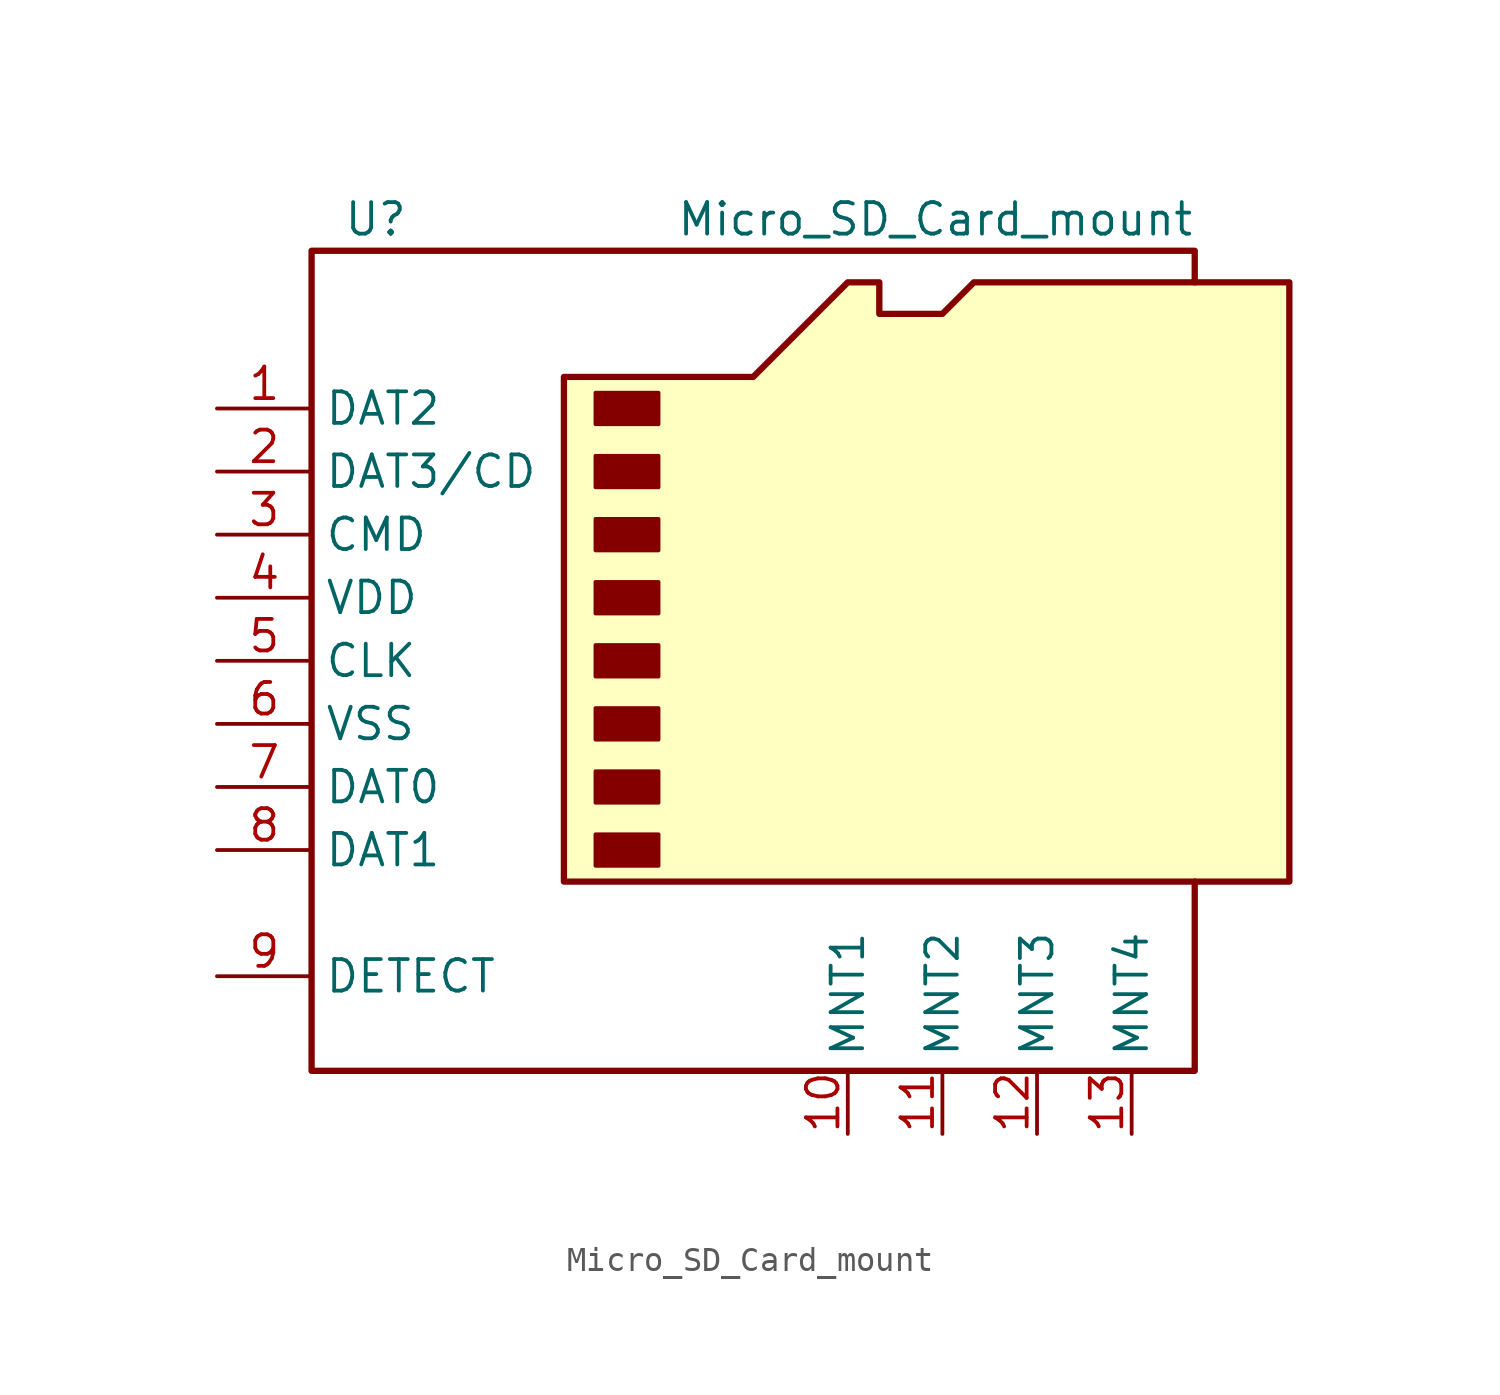
<source format=kicad_sym>
(kicad_symbol_lib
  (version 20201005)
  (generator kicad_symbol_editor)
  (symbol "sd_card:Micro_SD_Card_mount"
    (property "Reference" "U"
      (at -19.05 15.24 0)
      (effects (font (size 1.27 1.27)) (justify left)))
    (property "Value" "Micro_SD_Card_mount"
      (at 15.24 15.24 0)
      (effects (font (size 1.27 1.27)) (justify right)))
    (symbol "Micro_SD_Card_mount_0_1"
      (rectangle (start -8.89 -9.525) (end -6.35 -10.795) (stroke (width 0)) (fill (type outline)))
      (rectangle (start -8.89 -6.985) (end -6.35 -8.255) (stroke (width 0)) (fill (type outline)))
      (rectangle (start -8.89 -4.445) (end -6.35 -5.715) (stroke (width 0)) (fill (type outline)))
      (rectangle (start -8.89 -1.905) (end -6.35 -3.175) (stroke (width 0)) (fill (type outline)))
      (rectangle (start -8.89 0.635) (end -6.35 -0.635) (stroke (width 0)) (fill (type outline)))
      (rectangle (start -8.89 3.175) (end -6.35 1.905) (stroke (width 0)) (fill (type outline)))
      (rectangle (start -8.89 5.715) (end -6.35 4.445) (stroke (width 0)) (fill (type outline)))
      (rectangle (start -8.89 8.255) (end -6.35 6.985) (stroke (width 0)) (fill (type outline)))
      (polyline (pts (xy 15.24 12.7) (xy 15.24 13.97) (xy -20.32 13.97) (xy -20.32 -19.05) (xy 15.24 -19.05) (xy 15.24 -11.43)) (stroke (width 0.254)) (fill (type none)))
      (polyline (pts (xy -10.16 -11.43) (xy -10.16 8.89) (xy -2.54 8.89) (xy 1.27 12.7) (xy 2.54 12.7) (xy 2.54 11.43) (xy 5.08 11.43) (xy 6.35 12.7) (xy 19.05 12.7) (xy 19.05 -11.43) (xy -10.16 -11.43)) (stroke (width 0.254)) (fill (type background))))
    (symbol "Micro_SD_Card_mount_1_1"
      (pin bidirectional line (at -24.13 7.62 0) (length 3.81) (name "DAT2" (effects (font (size 1.27 1.27)))) (number "1" (effects (font (size 1.27 1.27)))))
      (pin bidirectional line (at -24.13 5.08 0) (length 3.81) (name "DAT3/CD" (effects (font (size 1.27 1.27)))) (number "2" (effects (font (size 1.27 1.27)))))
      (pin input line (at -24.13 2.54 0) (length 3.81) (name "CMD" (effects (font (size 1.27 1.27)))) (number "3" (effects (font (size 1.27 1.27)))))
      (pin power_in line (at -24.13 0 0) (length 3.81) (name "VDD" (effects (font (size 1.27 1.27)))) (number "4" (effects (font (size 1.27 1.27)))))
      (pin input line (at -24.13 -2.54 0) (length 3.81) (name "CLK" (effects (font (size 1.27 1.27)))) (number "5" (effects (font (size 1.27 1.27)))))
      (pin power_in line (at -24.13 -5.08 0) (length 3.81) (name "VSS" (effects (font (size 1.27 1.27)))) (number "6" (effects (font (size 1.27 1.27)))))
      (pin bidirectional line (at -24.13 -7.62 0) (length 3.81) (name "DAT0" (effects (font (size 1.27 1.27)))) (number "7" (effects (font (size 1.27 1.27)))))
      (pin bidirectional line (at -24.13 -10.16 0) (length 3.81) (name "DAT1" (effects (font (size 1.27 1.27)))) (number "8" (effects (font (size 1.27 1.27)))))
      (pin unspecified line (at 1.27 -21.59 90) (length 2.54) (name "MNT1" (effects (font (size 1.27 1.27)))) (number "10" (effects (font (size 1.27 1.27)))))
      (pin unspecified line (at 5.08 -21.59 90) (length 2.54) (name "MNT2" (effects (font (size 1.27 1.27)))) (number "11" (effects (font (size 1.27 1.27)))))
      (pin unspecified line (at 8.89 -21.59 90) (length 2.54) (name "MNT3" (effects (font (size 1.27 1.27)))) (number "12" (effects (font (size 1.27 1.27)))))
      (pin unspecified line (at 12.7 -21.59 90) (length 2.54) (name "MNT4" (effects (font (size 1.27 1.27)))) (number "13" (effects (font (size 1.27 1.27)))))
      (pin bidirectional line (at -24.13 -15.24 0) (length 3.81) (name "DETECT" (effects (font (size 1.27 1.27)))) (number "9" (effects (font (size 1.27 1.27))))))))
</source>
